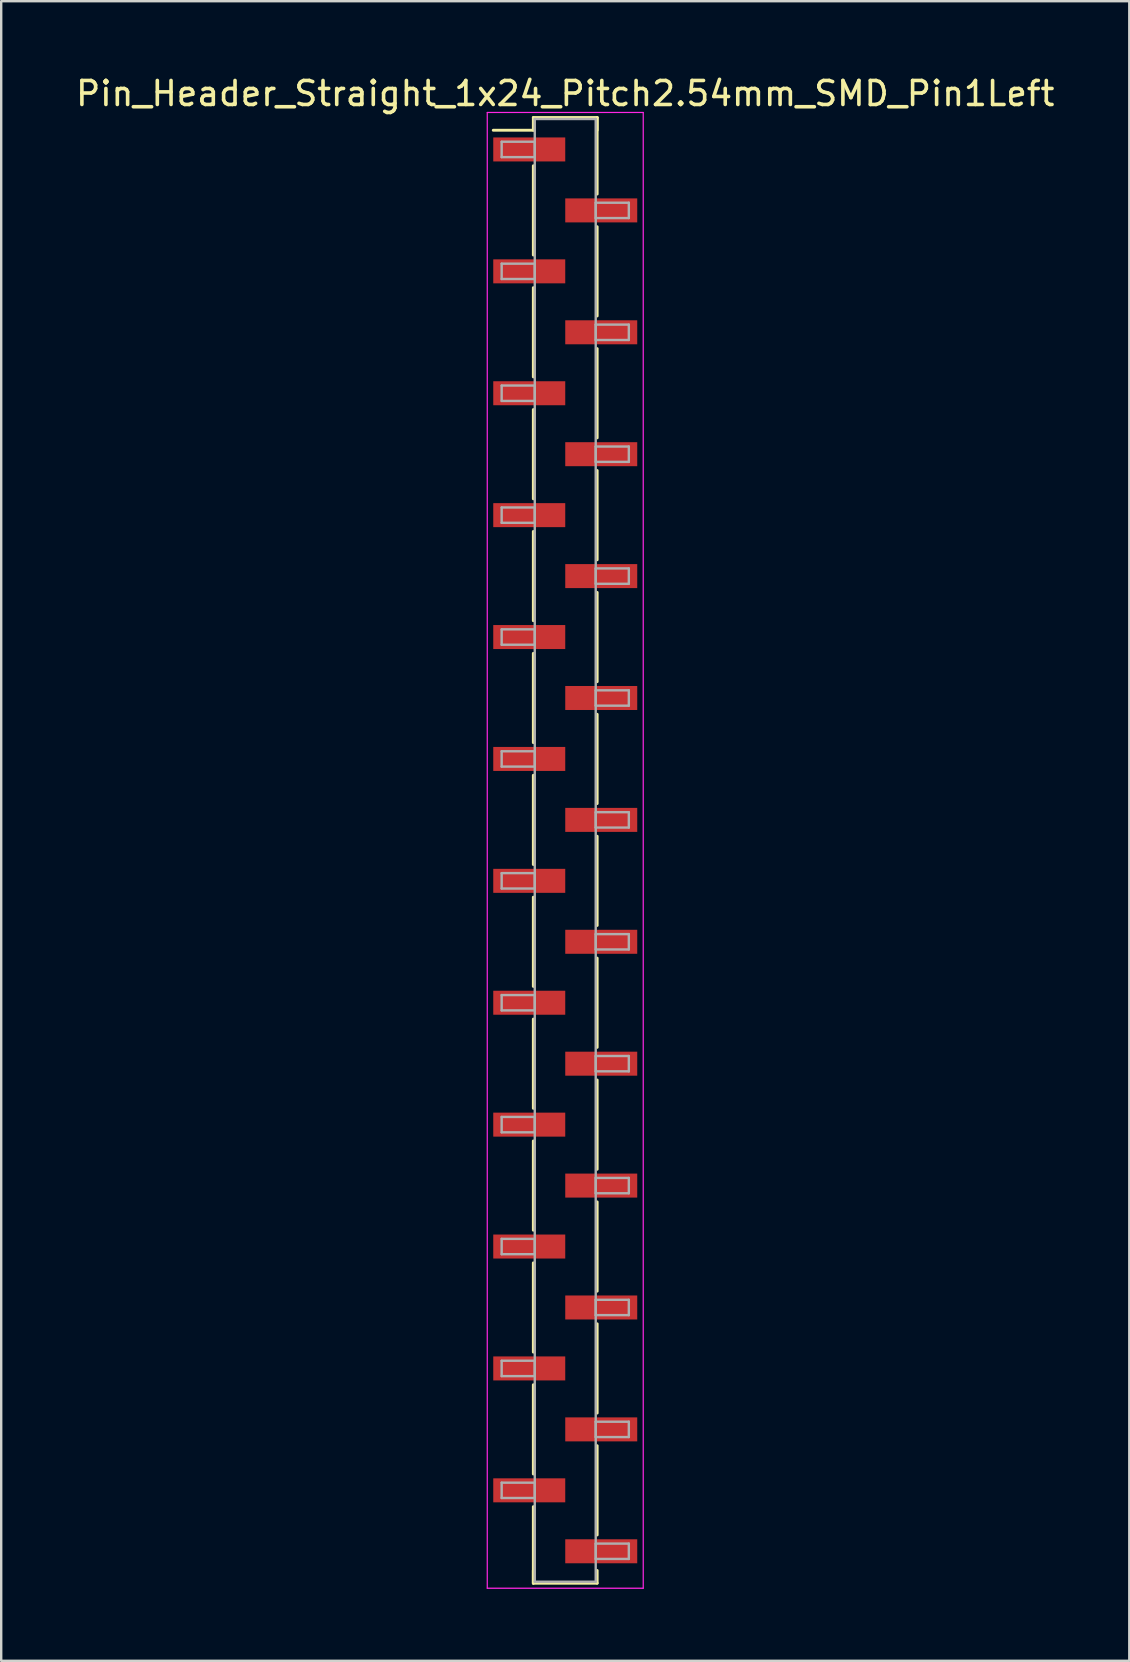
<source format=kicad_pcb>
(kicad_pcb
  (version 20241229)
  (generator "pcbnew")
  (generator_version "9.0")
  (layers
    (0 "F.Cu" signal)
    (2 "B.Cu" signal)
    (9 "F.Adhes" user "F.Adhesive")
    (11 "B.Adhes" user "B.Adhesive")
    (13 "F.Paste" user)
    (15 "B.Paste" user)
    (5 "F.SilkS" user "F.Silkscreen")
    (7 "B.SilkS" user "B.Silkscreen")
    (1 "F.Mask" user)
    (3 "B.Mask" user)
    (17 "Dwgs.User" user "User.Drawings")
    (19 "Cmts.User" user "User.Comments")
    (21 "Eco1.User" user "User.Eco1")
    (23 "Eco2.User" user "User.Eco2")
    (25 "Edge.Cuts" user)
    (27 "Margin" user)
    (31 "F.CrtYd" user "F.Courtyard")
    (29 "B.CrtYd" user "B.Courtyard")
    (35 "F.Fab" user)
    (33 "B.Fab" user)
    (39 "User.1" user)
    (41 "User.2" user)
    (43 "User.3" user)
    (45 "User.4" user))
  (footprint "Pin_Header_Straight_1x24_Pitch2.54mm_SMD_Pin1Left"
    (layer "F.Cu")
    (at 20.506 32.388)
    (property "Reference" "Pin_Header_Straight_1x24_Pitch2.54mm_SMD_Pin1Left" (at 0 -31.54 0) (layer "F.SilkS") (effects (font (size 1 1) (thickness 0.15))))
    (attr smd)
    (fp_line (start -1.33 -30.54) (end 1.33 -30.54) (stroke (width 0.12) (type solid)) (layer "F.SilkS"))
    (fp_line (start -1.33 -30.01) (end -3 -30.01) (stroke (width 0.12) (type solid)) (layer "F.SilkS"))
    (fp_line (start -1.33 -30.01) (end -1.33 -30.54) (stroke (width 0.12) (type solid)) (layer "F.SilkS"))
    (fp_line (start -1.33 -28.53) (end -1.33 -24.81) (stroke (width 0.12) (type solid)) (layer "F.SilkS"))
    (fp_line (start -1.33 -23.45) (end -1.33 -19.73) (stroke (width 0.12) (type solid)) (layer "F.SilkS"))
    (fp_line (start -1.33 -18.37) (end -1.33 -14.65) (stroke (width 0.12) (type solid)) (layer "F.SilkS"))
    (fp_line (start -1.33 -13.29) (end -1.33 -9.57) (stroke (width 0.12) (type solid)) (layer "F.SilkS"))
    (fp_line (start -1.33 -8.21) (end -1.33 -4.49) (stroke (width 0.12) (type solid)) (layer "F.SilkS"))
    (fp_line (start -1.33 -3.13) (end -1.33 0.59) (stroke (width 0.12) (type solid)) (layer "F.SilkS"))
    (fp_line (start -1.33 1.95) (end -1.33 5.67) (stroke (width 0.12) (type solid)) (layer "F.SilkS"))
    (fp_line (start -1.33 7.03) (end -1.33 10.75) (stroke (width 0.12) (type solid)) (layer "F.SilkS"))
    (fp_line (start -1.33 12.11) (end -1.33 15.83) (stroke (width 0.12) (type solid)) (layer "F.SilkS"))
    (fp_line (start -1.33 17.19) (end -1.33 20.91) (stroke (width 0.12) (type solid)) (layer "F.SilkS"))
    (fp_line (start -1.33 22.27) (end -1.33 25.99) (stroke (width 0.12) (type solid)) (layer "F.SilkS"))
    (fp_line (start -1.33 27.35) (end -1.33 30.54) (stroke (width 0.12) (type solid)) (layer "F.SilkS"))
    (fp_line (start -1.33 30.01) (end -1.33 30.54) (stroke (width 0.12) (type solid)) (layer "F.SilkS"))
    (fp_line (start -1.33 30.54) (end 1.33 30.54) (stroke (width 0.12) (type solid)) (layer "F.SilkS"))
    (fp_line (start 1.33 -30.54) (end 1.33 -30.01) (stroke (width 0.12) (type solid)) (layer "F.SilkS"))
    (fp_line (start 1.33 -30.54) (end 1.33 -27.35) (stroke (width 0.12) (type solid)) (layer "F.SilkS"))
    (fp_line (start 1.33 -25.99) (end 1.33 -22.27) (stroke (width 0.12) (type solid)) (layer "F.SilkS"))
    (fp_line (start 1.33 -20.91) (end 1.33 -17.19) (stroke (width 0.12) (type solid)) (layer "F.SilkS"))
    (fp_line (start 1.33 -15.83) (end 1.33 -12.11) (stroke (width 0.12) (type solid)) (layer "F.SilkS"))
    (fp_line (start 1.33 -10.75) (end 1.33 -7.03) (stroke (width 0.12) (type solid)) (layer "F.SilkS"))
    (fp_line (start 1.33 -5.67) (end 1.33 -1.95) (stroke (width 0.12) (type solid)) (layer "F.SilkS"))
    (fp_line (start 1.33 -0.59) (end 1.33 3.13) (stroke (width 0.12) (type solid)) (layer "F.SilkS"))
    (fp_line (start 1.33 4.49) (end 1.33 8.21) (stroke (width 0.12) (type solid)) (layer "F.SilkS"))
    (fp_line (start 1.33 9.57) (end 1.33 13.29) (stroke (width 0.12) (type solid)) (layer "F.SilkS"))
    (fp_line (start 1.33 14.65) (end 1.33 18.37) (stroke (width 0.12) (type solid)) (layer "F.SilkS"))
    (fp_line (start 1.33 19.73) (end 1.33 23.45) (stroke (width 0.12) (type solid)) (layer "F.SilkS"))
    (fp_line (start 1.33 24.81) (end 1.33 28.53) (stroke (width 0.12) (type solid)) (layer "F.SilkS"))
    (fp_line (start 1.33 30.54) (end 1.33 30.01) (stroke (width 0.12) (type solid)) (layer "F.SilkS"))
    (fp_line (start -3.25 -30.75) (end -3.25 30.75) (stroke (width 0.05) (type solid)) (layer "F.CrtYd"))
    (fp_line (start -3.25 30.75) (end 3.25 30.75) (stroke (width 0.05) (type solid)) (layer "F.CrtYd"))
    (fp_line (start 3.25 -30.75) (end -3.25 -30.75) (stroke (width 0.05) (type solid)) (layer "F.CrtYd"))
    (fp_line (start 3.25 30.75) (end 3.25 -30.75) (stroke (width 0.05) (type solid)) (layer "F.CrtYd"))
    (fp_line (start -2.65 -29.53) (end -1.27 -29.53) (stroke (width 0.1) (type solid)) (layer "F.Fab"))
    (fp_line (start -2.65 -28.89) (end -2.65 -29.53) (stroke (width 0.1) (type solid)) (layer "F.Fab"))
    (fp_line (start -2.65 -24.45) (end -1.27 -24.45) (stroke (width 0.1) (type solid)) (layer "F.Fab"))
    (fp_line (start -2.65 -23.81) (end -2.65 -24.45) (stroke (width 0.1) (type solid)) (layer "F.Fab"))
    (fp_line (start -2.65 -19.37) (end -1.27 -19.37) (stroke (width 0.1) (type solid)) (layer "F.Fab"))
    (fp_line (start -2.65 -18.73) (end -2.65 -19.37) (stroke (width 0.1) (type solid)) (layer "F.Fab"))
    (fp_line (start -2.65 -14.29) (end -1.27 -14.29) (stroke (width 0.1) (type solid)) (layer "F.Fab"))
    (fp_line (start -2.65 -13.65) (end -2.65 -14.29) (stroke (width 0.1) (type solid)) (layer "F.Fab"))
    (fp_line (start -2.65 -9.21) (end -1.27 -9.21) (stroke (width 0.1) (type solid)) (layer "F.Fab"))
    (fp_line (start -2.65 -8.57) (end -2.65 -9.21) (stroke (width 0.1) (type solid)) (layer "F.Fab"))
    (fp_line (start -2.65 -4.13) (end -1.27 -4.13) (stroke (width 0.1) (type solid)) (layer "F.Fab"))
    (fp_line (start -2.65 -3.49) (end -2.65 -4.13) (stroke (width 0.1) (type solid)) (layer "F.Fab"))
    (fp_line (start -2.65 0.95) (end -1.27 0.95) (stroke (width 0.1) (type solid)) (layer "F.Fab"))
    (fp_line (start -2.65 1.59) (end -2.65 0.95) (stroke (width 0.1) (type solid)) (layer "F.Fab"))
    (fp_line (start -2.65 6.03) (end -1.27 6.03) (stroke (width 0.1) (type solid)) (layer "F.Fab"))
    (fp_line (start -2.65 6.67) (end -2.65 6.03) (stroke (width 0.1) (type solid)) (layer "F.Fab"))
    (fp_line (start -2.65 11.11) (end -1.27 11.11) (stroke (width 0.1) (type solid)) (layer "F.Fab"))
    (fp_line (start -2.65 11.75) (end -2.65 11.11) (stroke (width 0.1) (type solid)) (layer "F.Fab"))
    (fp_line (start -2.65 16.19) (end -1.27 16.19) (stroke (width 0.1) (type solid)) (layer "F.Fab"))
    (fp_line (start -2.65 16.83) (end -2.65 16.19) (stroke (width 0.1) (type solid)) (layer "F.Fab"))
    (fp_line (start -2.65 21.27) (end -1.27 21.27) (stroke (width 0.1) (type solid)) (layer "F.Fab"))
    (fp_line (start -2.65 21.91) (end -2.65 21.27) (stroke (width 0.1) (type solid)) (layer "F.Fab"))
    (fp_line (start -2.65 26.35) (end -1.27 26.35) (stroke (width 0.1) (type solid)) (layer "F.Fab"))
    (fp_line (start -2.65 26.99) (end -2.65 26.35) (stroke (width 0.1) (type solid)) (layer "F.Fab"))
    (fp_line (start -1.27 -30.48) (end -1.27 30.48) (stroke (width 0.1) (type solid)) (layer "F.Fab"))
    (fp_line (start -1.27 -29.53) (end -1.27 -28.89) (stroke (width 0.1) (type solid)) (layer "F.Fab"))
    (fp_line (start -1.27 -28.89) (end -2.65 -28.89) (stroke (width 0.1) (type solid)) (layer "F.Fab"))
    (fp_line (start -1.27 -24.45) (end -1.27 -23.81) (stroke (width 0.1) (type solid)) (layer "F.Fab"))
    (fp_line (start -1.27 -23.81) (end -2.65 -23.81) (stroke (width 0.1) (type solid)) (layer "F.Fab"))
    (fp_line (start -1.27 -19.37) (end -1.27 -18.73) (stroke (width 0.1) (type solid)) (layer "F.Fab"))
    (fp_line (start -1.27 -18.73) (end -2.65 -18.73) (stroke (width 0.1) (type solid)) (layer "F.Fab"))
    (fp_line (start -1.27 -14.29) (end -1.27 -13.65) (stroke (width 0.1) (type solid)) (layer "F.Fab"))
    (fp_line (start -1.27 -13.65) (end -2.65 -13.65) (stroke (width 0.1) (type solid)) (layer "F.Fab"))
    (fp_line (start -1.27 -9.21) (end -1.27 -8.57) (stroke (width 0.1) (type solid)) (layer "F.Fab"))
    (fp_line (start -1.27 -8.57) (end -2.65 -8.57) (stroke (width 0.1) (type solid)) (layer "F.Fab"))
    (fp_line (start -1.27 -4.13) (end -1.27 -3.49) (stroke (width 0.1) (type solid)) (layer "F.Fab"))
    (fp_line (start -1.27 -3.49) (end -2.65 -3.49) (stroke (width 0.1) (type solid)) (layer "F.Fab"))
    (fp_line (start -1.27 0.95) (end -1.27 1.59) (stroke (width 0.1) (type solid)) (layer "F.Fab"))
    (fp_line (start -1.27 1.59) (end -2.65 1.59) (stroke (width 0.1) (type solid)) (layer "F.Fab"))
    (fp_line (start -1.27 6.03) (end -1.27 6.67) (stroke (width 0.1) (type solid)) (layer "F.Fab"))
    (fp_line (start -1.27 6.67) (end -2.65 6.67) (stroke (width 0.1) (type solid)) (layer "F.Fab"))
    (fp_line (start -1.27 11.11) (end -1.27 11.75) (stroke (width 0.1) (type solid)) (layer "F.Fab"))
    (fp_line (start -1.27 11.75) (end -2.65 11.75) (stroke (width 0.1) (type solid)) (layer "F.Fab"))
    (fp_line (start -1.27 16.19) (end -1.27 16.83) (stroke (width 0.1) (type solid)) (layer "F.Fab"))
    (fp_line (start -1.27 16.83) (end -2.65 16.83) (stroke (width 0.1) (type solid)) (layer "F.Fab"))
    (fp_line (start -1.27 21.27) (end -1.27 21.91) (stroke (width 0.1) (type solid)) (layer "F.Fab"))
    (fp_line (start -1.27 21.91) (end -2.65 21.91) (stroke (width 0.1) (type solid)) (layer "F.Fab"))
    (fp_line (start -1.27 26.35) (end -1.27 26.99) (stroke (width 0.1) (type solid)) (layer "F.Fab"))
    (fp_line (start -1.27 26.99) (end -2.65 26.99) (stroke (width 0.1) (type solid)) (layer "F.Fab"))
    (fp_line (start -1.27 30.48) (end 1.27 30.48) (stroke (width 0.1) (type solid)) (layer "F.Fab"))
    (fp_line (start 1.27 -30.48) (end -1.27 -30.48) (stroke (width 0.1) (type solid)) (layer "F.Fab"))
    (fp_line (start 1.27 -26.99) (end 1.27 -26.35) (stroke (width 0.1) (type solid)) (layer "F.Fab"))
    (fp_line (start 1.27 -26.35) (end 2.65 -26.35) (stroke (width 0.1) (type solid)) (layer "F.Fab"))
    (fp_line (start 1.27 -21.91) (end 1.27 -21.27) (stroke (width 0.1) (type solid)) (layer "F.Fab"))
    (fp_line (start 1.27 -21.27) (end 2.65 -21.27) (stroke (width 0.1) (type solid)) (layer "F.Fab"))
    (fp_line (start 1.27 -16.83) (end 1.27 -16.19) (stroke (width 0.1) (type solid)) (layer "F.Fab"))
    (fp_line (start 1.27 -16.19) (end 2.65 -16.19) (stroke (width 0.1) (type solid)) (layer "F.Fab"))
    (fp_line (start 1.27 -11.75) (end 1.27 -11.11) (stroke (width 0.1) (type solid)) (layer "F.Fab"))
    (fp_line (start 1.27 -11.11) (end 2.65 -11.11) (stroke (width 0.1) (type solid)) (layer "F.Fab"))
    (fp_line (start 1.27 -6.67) (end 1.27 -6.03) (stroke (width 0.1) (type solid)) (layer "F.Fab"))
    (fp_line (start 1.27 -6.03) (end 2.65 -6.03) (stroke (width 0.1) (type solid)) (layer "F.Fab"))
    (fp_line (start 1.27 -1.59) (end 1.27 -0.95) (stroke (width 0.1) (type solid)) (layer "F.Fab"))
    (fp_line (start 1.27 -0.95) (end 2.65 -0.95) (stroke (width 0.1) (type solid)) (layer "F.Fab"))
    (fp_line (start 1.27 3.49) (end 1.27 4.13) (stroke (width 0.1) (type solid)) (layer "F.Fab"))
    (fp_line (start 1.27 4.13) (end 2.65 4.13) (stroke (width 0.1) (type solid)) (layer "F.Fab"))
    (fp_line (start 1.27 8.57) (end 1.27 9.21) (stroke (width 0.1) (type solid)) (layer "F.Fab"))
    (fp_line (start 1.27 9.21) (end 2.65 9.21) (stroke (width 0.1) (type solid)) (layer "F.Fab"))
    (fp_line (start 1.27 13.65) (end 1.27 14.29) (stroke (width 0.1) (type solid)) (layer "F.Fab"))
    (fp_line (start 1.27 14.29) (end 2.65 14.29) (stroke (width 0.1) (type solid)) (layer "F.Fab"))
    (fp_line (start 1.27 18.73) (end 1.27 19.37) (stroke (width 0.1) (type solid)) (layer "F.Fab"))
    (fp_line (start 1.27 19.37) (end 2.65 19.37) (stroke (width 0.1) (type solid)) (layer "F.Fab"))
    (fp_line (start 1.27 23.81) (end 1.27 24.45) (stroke (width 0.1) (type solid)) (layer "F.Fab"))
    (fp_line (start 1.27 24.45) (end 2.65 24.45) (stroke (width 0.1) (type solid)) (layer "F.Fab"))
    (fp_line (start 1.27 28.89) (end 1.27 29.53) (stroke (width 0.1) (type solid)) (layer "F.Fab"))
    (fp_line (start 1.27 29.53) (end 2.65 29.53) (stroke (width 0.1) (type solid)) (layer "F.Fab"))
    (fp_line (start 1.27 30.48) (end 1.27 -30.48) (stroke (width 0.1) (type solid)) (layer "F.Fab"))
    (fp_line (start 2.65 -26.99) (end 1.27 -26.99) (stroke (width 0.1) (type solid)) (layer "F.Fab"))
    (fp_line (start 2.65 -26.35) (end 2.65 -26.99) (stroke (width 0.1) (type solid)) (layer "F.Fab"))
    (fp_line (start 2.65 -21.91) (end 1.27 -21.91) (stroke (width 0.1) (type solid)) (layer "F.Fab"))
    (fp_line (start 2.65 -21.27) (end 2.65 -21.91) (stroke (width 0.1) (type solid)) (layer "F.Fab"))
    (fp_line (start 2.65 -16.83) (end 1.27 -16.83) (stroke (width 0.1) (type solid)) (layer "F.Fab"))
    (fp_line (start 2.65 -16.19) (end 2.65 -16.83) (stroke (width 0.1) (type solid)) (layer "F.Fab"))
    (fp_line (start 2.65 -11.75) (end 1.27 -11.75) (stroke (width 0.1) (type solid)) (layer "F.Fab"))
    (fp_line (start 2.65 -11.11) (end 2.65 -11.75) (stroke (width 0.1) (type solid)) (layer "F.Fab"))
    (fp_line (start 2.65 -6.67) (end 1.27 -6.67) (stroke (width 0.1) (type solid)) (layer "F.Fab"))
    (fp_line (start 2.65 -6.03) (end 2.65 -6.67) (stroke (width 0.1) (type solid)) (layer "F.Fab"))
    (fp_line (start 2.65 -1.59) (end 1.27 -1.59) (stroke (width 0.1) (type solid)) (layer "F.Fab"))
    (fp_line (start 2.65 -0.95) (end 2.65 -1.59) (stroke (width 0.1) (type solid)) (layer "F.Fab"))
    (fp_line (start 2.65 3.49) (end 1.27 3.49) (stroke (width 0.1) (type solid)) (layer "F.Fab"))
    (fp_line (start 2.65 4.13) (end 2.65 3.49) (stroke (width 0.1) (type solid)) (layer "F.Fab"))
    (fp_line (start 2.65 8.57) (end 1.27 8.57) (stroke (width 0.1) (type solid)) (layer "F.Fab"))
    (fp_line (start 2.65 9.21) (end 2.65 8.57) (stroke (width 0.1) (type solid)) (layer "F.Fab"))
    (fp_line (start 2.65 13.65) (end 1.27 13.65) (stroke (width 0.1) (type solid)) (layer "F.Fab"))
    (fp_line (start 2.65 14.29) (end 2.65 13.65) (stroke (width 0.1) (type solid)) (layer "F.Fab"))
    (fp_line (start 2.65 18.73) (end 1.27 18.73) (stroke (width 0.1) (type solid)) (layer "F.Fab"))
    (fp_line (start 2.65 19.37) (end 2.65 18.73) (stroke (width 0.1) (type solid)) (layer "F.Fab"))
    (fp_line (start 2.65 23.81) (end 1.27 23.81) (stroke (width 0.1) (type solid)) (layer "F.Fab"))
    (fp_line (start 2.65 24.45) (end 2.65 23.81) (stroke (width 0.1) (type solid)) (layer "F.Fab"))
    (fp_line (start 2.65 28.89) (end 1.27 28.89) (stroke (width 0.1) (type solid)) (layer "F.Fab"))
    (fp_line (start 2.65 29.53) (end 2.65 28.89) (stroke (width 0.1) (type solid)) (layer "F.Fab"))
    (pad "1" smd rect (at -1.5 -29.21) (size 3 1) (layers "F.Cu" "F.Mask"))
    (pad "2" smd rect (at 1.5 -26.67) (size 3 1) (layers "F.Cu" "F.Mask"))
    (pad "3" smd rect (at -1.5 -24.13) (size 3 1) (layers "F.Cu" "F.Mask"))
    (pad "4" smd rect (at 1.5 -21.59) (size 3 1) (layers "F.Cu" "F.Mask"))
    (pad "5" smd rect (at -1.5 -19.05) (size 3 1) (layers "F.Cu" "F.Mask"))
    (pad "6" smd rect (at 1.5 -16.51) (size 3 1) (layers "F.Cu" "F.Mask"))
    (pad "7" smd rect (at -1.5 -13.97) (size 3 1) (layers "F.Cu" "F.Mask"))
    (pad "8" smd rect (at 1.5 -11.43) (size 3 1) (layers "F.Cu" "F.Mask"))
    (pad "9" smd rect (at -1.5 -8.89) (size 3 1) (layers "F.Cu" "F.Mask"))
    (pad "10" smd rect (at 1.5 -6.35) (size 3 1) (layers "F.Cu" "F.Mask"))
    (pad "11" smd rect (at -1.5 -3.81) (size 3 1) (layers "F.Cu" "F.Mask"))
    (pad "12" smd rect (at 1.5 -1.27) (size 3 1) (layers "F.Cu" "F.Mask"))
    (pad "13" smd rect (at -1.5 1.27) (size 3 1) (layers "F.Cu" "F.Mask"))
    (pad "14" smd rect (at 1.5 3.81) (size 3 1) (layers "F.Cu" "F.Mask"))
    (pad "15" smd rect (at -1.5 6.35) (size 3 1) (layers "F.Cu" "F.Mask"))
    (pad "16" smd rect (at 1.5 8.89) (size 3 1) (layers "F.Cu" "F.Mask"))
    (pad "17" smd rect (at -1.5 11.43) (size 3 1) (layers "F.Cu" "F.Mask"))
    (pad "18" smd rect (at 1.5 13.97) (size 3 1) (layers "F.Cu" "F.Mask"))
    (pad "19" smd rect (at -1.5 16.51) (size 3 1) (layers "F.Cu" "F.Mask"))
    (pad "20" smd rect (at 1.5 19.05) (size 3 1) (layers "F.Cu" "F.Mask"))
    (pad "21" smd rect (at -1.5 21.59) (size 3 1) (layers "F.Cu" "F.Mask"))
    (pad "22" smd rect (at 1.5 24.13) (size 3 1) (layers "F.Cu" "F.Mask"))
    (pad "23" smd rect (at -1.5 26.67) (size 3 1) (layers "F.Cu" "F.Mask"))
    (pad "24" smd rect (at 1.5 29.21) (size 3 1) (layers "F.Cu" "F.Mask")))
  (gr_rect
    (start -3 -3)
    (end 44.012 66.163)
    (stroke (width 0.1) (type default))
    (fill no)
    (layer "Edge.Cuts")))
</source>
